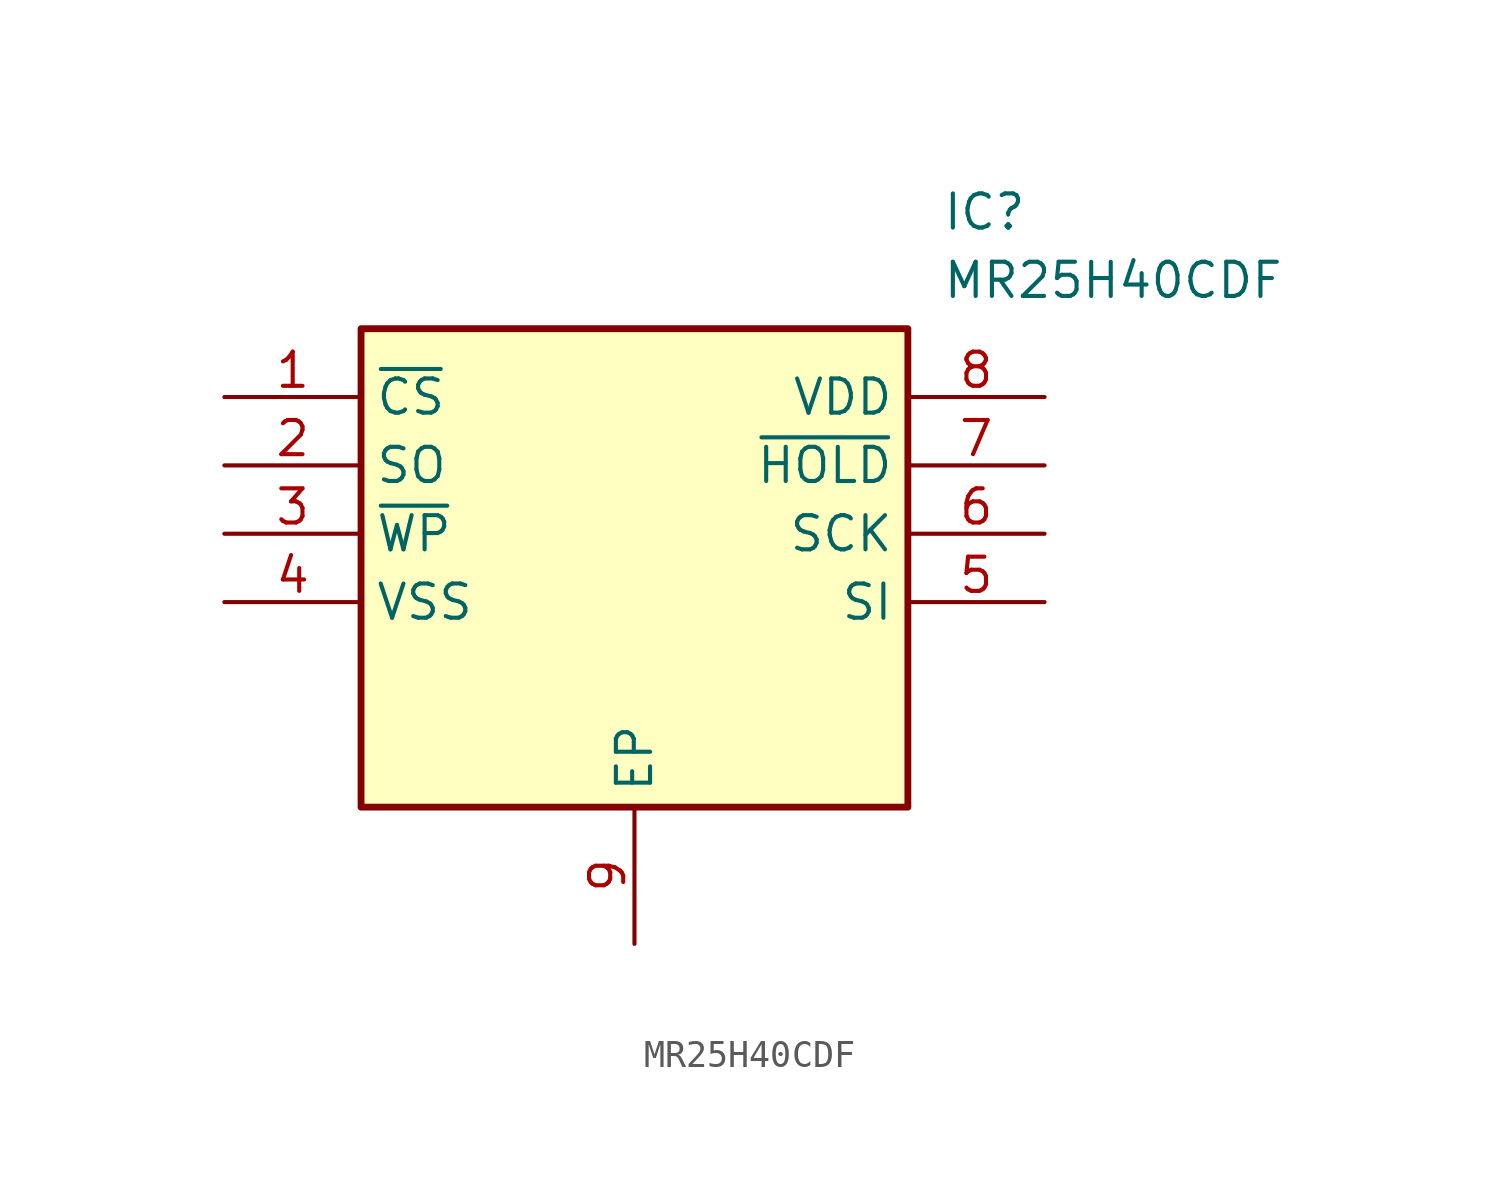
<source format=kicad_sym>
(kicad_symbol_lib
  (version 20220914)
  (generator SamacSys_ECAD_Model)
  (symbol "MR25H40CDF"
    (property "Reference" "IC"
      (at 26.67 7.62 0)
      (effects (font (size 1.27 1.27)) (justify left top)))
    (property "Value" "MR25H40CDF"
      (at 26.67 5.08 0)
      (effects (font (size 1.27 1.27)) (justify left top)))
    (rectangle
      (start 5.08 2.54)
      (end 25.4 -15.24)
      (stroke (width 0.254) (type default))
      (fill (type background)))
    (pin passive line
      (at 0 0 0)
      (length 5.08)
      (name "~{CS}" (effects (font (size 1.27 1.27))))
      (number "1" (effects (font (size 1.27 1.27)))))
    (pin passive line
      (at 0 -2.54 0)
      (length 5.08)
      (name "SO" (effects (font (size 1.27 1.27))))
      (number "2" (effects (font (size 1.27 1.27)))))
    (pin passive line
      (at 0 -5.08 0)
      (length 5.08)
      (name "~{WP}" (effects (font (size 1.27 1.27))))
      (number "3" (effects (font (size 1.27 1.27)))))
    (pin passive line
      (at 0 -7.62 0)
      (length 5.08)
      (name "VSS" (effects (font (size 1.27 1.27))))
      (number "4" (effects (font (size 1.27 1.27)))))
    (pin passive line
      (at 15.24 -20.32 90)
      (length 5.08)
      (name "EP" (effects (font (size 1.27 1.27))))
      (number "9" (effects (font (size 1.27 1.27)))))
    (pin passive line
      (at 30.48 0 180)
      (length 5.08)
      (name "VDD" (effects (font (size 1.27 1.27))))
      (number "8" (effects (font (size 1.27 1.27)))))
    (pin passive line
      (at 30.48 -2.54 180)
      (length 5.08)
      (name "~{HOLD}" (effects (font (size 1.27 1.27))))
      (number "7" (effects (font (size 1.27 1.27)))))
    (pin passive line
      (at 30.48 -5.08 180)
      (length 5.08)
      (name "SCK" (effects (font (size 1.27 1.27))))
      (number "6" (effects (font (size 1.27 1.27)))))
    (pin passive line
      (at 30.48 -7.62 180)
      (length 5.08)
      (name "SI" (effects (font (size 1.27 1.27))))
      (number "5" (effects (font (size 1.27 1.27)))))))
</source>
